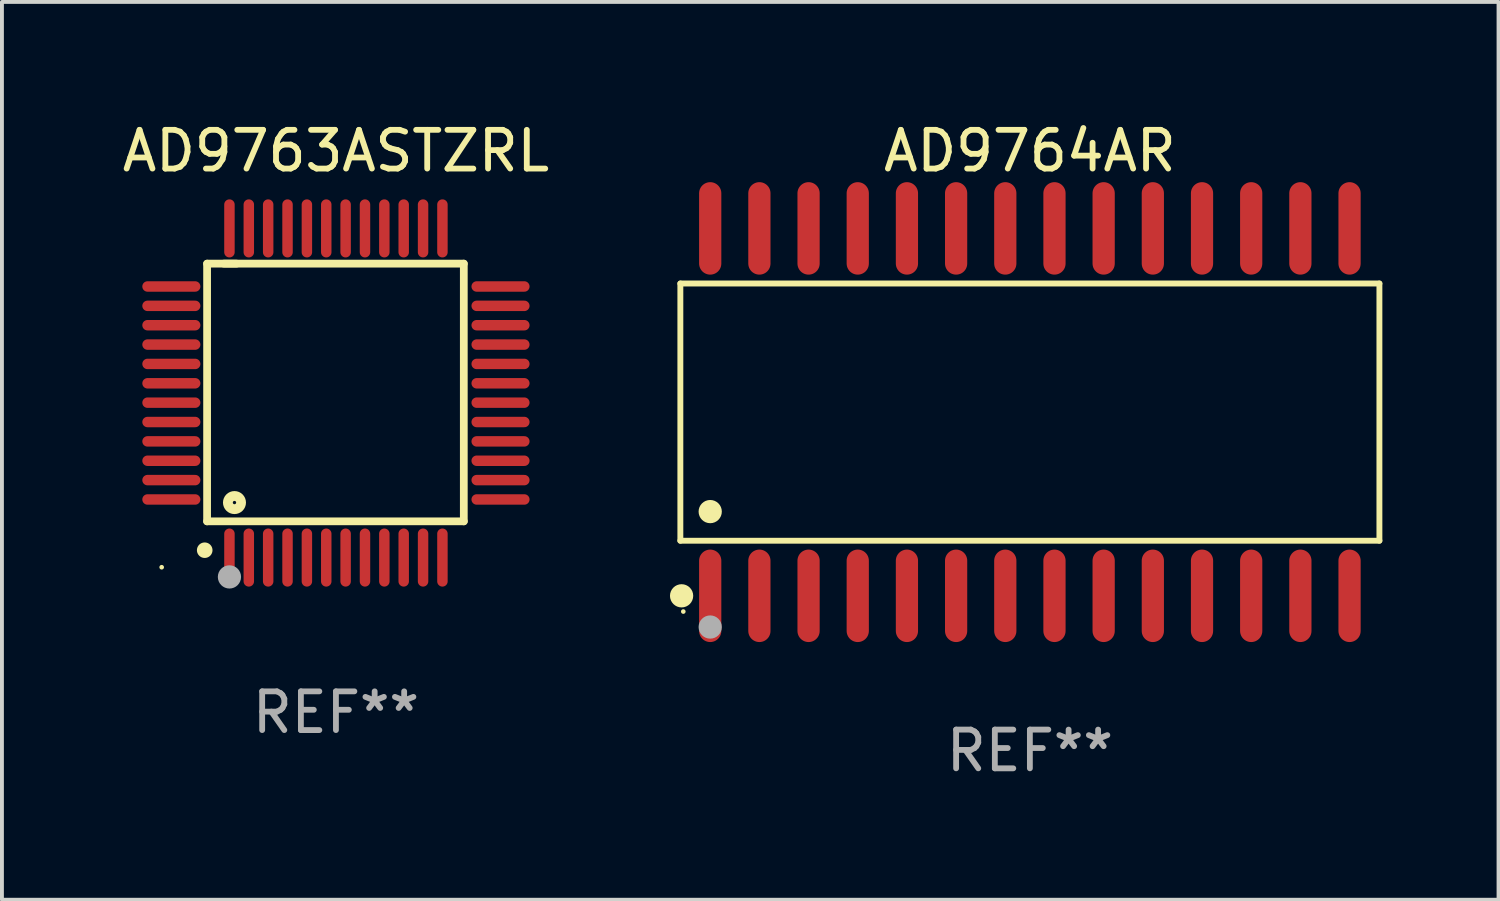
<source format=kicad_pcb>
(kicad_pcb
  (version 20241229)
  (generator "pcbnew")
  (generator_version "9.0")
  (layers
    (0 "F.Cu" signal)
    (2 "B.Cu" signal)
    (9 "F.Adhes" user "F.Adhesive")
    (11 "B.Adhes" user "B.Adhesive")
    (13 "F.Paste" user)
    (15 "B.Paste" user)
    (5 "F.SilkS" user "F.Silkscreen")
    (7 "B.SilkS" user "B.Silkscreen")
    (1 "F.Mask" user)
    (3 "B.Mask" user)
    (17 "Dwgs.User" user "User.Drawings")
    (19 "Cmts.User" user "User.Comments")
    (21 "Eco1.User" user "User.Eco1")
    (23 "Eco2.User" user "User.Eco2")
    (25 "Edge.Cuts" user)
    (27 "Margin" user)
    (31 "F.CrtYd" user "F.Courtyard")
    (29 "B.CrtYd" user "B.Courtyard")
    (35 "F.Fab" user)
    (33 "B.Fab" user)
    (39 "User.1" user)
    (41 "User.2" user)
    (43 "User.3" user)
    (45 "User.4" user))
  (footprint "AD9764AR"
    (layer "F.Cu")
    (at 23.545 7.592)
    (property "Reference" "AD9764AR" (at 0 -6.744 0) (layer "F.SilkS") (effects (font (size 1 1) (thickness 0.15))))
    (attr through_hole)
    (fp_line (start -9.026 -3.321) (end 9.026 -3.321) (stroke (width 0.152) (type solid)) (layer "F.SilkS"))
    (fp_line (start -9.026 3.321) (end -9.026 -3.321) (stroke (width 0.152) (type solid)) (layer "F.SilkS"))
    (fp_line (start 9.026 -3.321) (end 9.026 3.321) (stroke (width 0.152) (type solid)) (layer "F.SilkS"))
    (fp_line (start 9.026 3.321) (end -9.026 3.321) (stroke (width 0.152) (type solid)) (layer "F.SilkS"))
    (fp_circle (center -8.994 4.744) (end -8.844 4.744) (stroke (width 0.3) (type solid)) (fill no) (layer "F.SilkS"))
    (fp_circle (center -8.95 5.15) (end -8.92 5.15) (stroke (width 0.06) (type solid)) (fill no) (layer "F.SilkS"))
    (fp_circle (center -8.255 2.569) (end -8.105 2.569) (stroke (width 0.3) (type solid)) (fill no) (layer "F.SilkS"))
    (fp_circle (center -8.255 5.55) (end -8.105 5.55) (stroke (width 0.3) (type solid)) (fill no) (layer "F.Fab"))
    (fp_text user "REF**" (at 0 8.744 0) (layer "F.Fab") (effects (font (size 1 1) (thickness 0.15))))
    (pad "1" smd oval (at -8.255 4.744) (size 0.574 2.388) (layers "F.Cu" "F.Mask" "F.Paste"))
    (pad "2" smd oval (at -6.985 4.744) (size 0.574 2.388) (layers "F.Cu" "F.Mask" "F.Paste"))
    (pad "3" smd oval (at -5.715 4.744) (size 0.574 2.388) (layers "F.Cu" "F.Mask" "F.Paste"))
    (pad "4" smd oval (at -4.445 4.744) (size 0.574 2.388) (layers "F.Cu" "F.Mask" "F.Paste"))
    (pad "5" smd oval (at -3.175 4.744) (size 0.574 2.388) (layers "F.Cu" "F.Mask" "F.Paste"))
    (pad "6" smd oval (at -1.905 4.744) (size 0.574 2.388) (layers "F.Cu" "F.Mask" "F.Paste"))
    (pad "7" smd oval (at -0.635 4.744) (size 0.574 2.388) (layers "F.Cu" "F.Mask" "F.Paste"))
    (pad "8" smd oval (at 0.635 4.744) (size 0.574 2.388) (layers "F.Cu" "F.Mask" "F.Paste"))
    (pad "9" smd oval (at 1.905 4.744) (size 0.574 2.388) (layers "F.Cu" "F.Mask" "F.Paste"))
    (pad "10" smd oval (at 3.175 4.744) (size 0.574 2.388) (layers "F.Cu" "F.Mask" "F.Paste"))
    (pad "11" smd oval (at 4.445 4.744) (size 0.574 2.388) (layers "F.Cu" "F.Mask" "F.Paste"))
    (pad "12" smd oval (at 5.715 4.744) (size 0.574 2.388) (layers "F.Cu" "F.Mask" "F.Paste"))
    (pad "13" smd oval (at 6.985 4.744) (size 0.574 2.388) (layers "F.Cu" "F.Mask" "F.Paste"))
    (pad "14" smd oval (at 8.255 4.744) (size 0.574 2.388) (layers "F.Cu" "F.Mask" "F.Paste"))
    (pad "15" smd oval (at 8.255 -4.744) (size 0.574 2.388) (layers "F.Cu" "F.Mask" "F.Paste"))
    (pad "16" smd oval (at 6.985 -4.744) (size 0.574 2.388) (layers "F.Cu" "F.Mask" "F.Paste"))
    (pad "17" smd oval (at 5.715 -4.744) (size 0.574 2.388) (layers "F.Cu" "F.Mask" "F.Paste"))
    (pad "18" smd oval (at 4.445 -4.744) (size 0.574 2.388) (layers "F.Cu" "F.Mask" "F.Paste"))
    (pad "19" smd oval (at 3.175 -4.744) (size 0.574 2.388) (layers "F.Cu" "F.Mask" "F.Paste"))
    (pad "20" smd oval (at 1.905 -4.744) (size 0.574 2.388) (layers "F.Cu" "F.Mask" "F.Paste"))
    (pad "21" smd oval (at 0.635 -4.744) (size 0.574 2.388) (layers "F.Cu" "F.Mask" "F.Paste"))
    (pad "22" smd oval (at -0.635 -4.744) (size 0.574 2.388) (layers "F.Cu" "F.Mask" "F.Paste"))
    (pad "23" smd oval (at -1.905 -4.744) (size 0.574 2.388) (layers "F.Cu" "F.Mask" "F.Paste"))
    (pad "24" smd oval (at -3.175 -4.744) (size 0.574 2.388) (layers "F.Cu" "F.Mask" "F.Paste"))
    (pad "25" smd oval (at -4.445 -4.744) (size 0.574 2.388) (layers "F.Cu" "F.Mask" "F.Paste"))
    (pad "26" smd oval (at -5.715 -4.744) (size 0.574 2.388) (layers "F.Cu" "F.Mask" "F.Paste"))
    (pad "27" smd oval (at -6.985 -4.744) (size 0.574 2.388) (layers "F.Cu" "F.Mask" "F.Paste"))
    (pad "28" smd oval (at -8.255 -4.744) (size 0.574 2.388) (layers "F.Cu" "F.Mask" "F.Paste")))
  (footprint "AD9763ASTZRL"
    (layer "F.Cu")
    (at 5.625 7.098)
    (property "Reference" "AD9763ASTZRL" (at 0 -6.25 0) (layer "F.SilkS") (effects (font (size 1 1) (thickness 0.15))))
    (attr through_hole)
    (fp_line (start -3.327 -3.34) (end -2.565 -3.34) (stroke (width 0.2) (type solid)) (layer "F.SilkS"))
    (fp_line (start -3.327 3.315) (end -3.327 -3.34) (stroke (width 0.2) (type solid)) (layer "F.SilkS"))
    (fp_line (start -2.896 -3.34) (end 3.302 -3.34) (stroke (width 0.2) (type solid)) (layer "F.SilkS"))
    (fp_line (start 3.302 -3.34) (end 3.302 3.315) (stroke (width 0.2) (type solid)) (layer "F.SilkS"))
    (fp_line (start 3.302 3.315) (end -3.327 3.315) (stroke (width 0.2) (type solid)) (layer "F.SilkS"))
    (fp_arc (start -3.389992 4.059995) (mid -3.388722 4.059991) (end -3.387452 4.059995) (stroke (width 0.4) (type solid)) (layer "F.SilkS"))
    (fp_circle (center -4.5 4.5) (end -4.47 4.5) (stroke (width 0.06) (type solid)) (fill no) (layer "F.SilkS"))
    (fp_circle (center -2.62 2.83) (end -2.45 2.83) (stroke (width 0.254) (type solid)) (fill no) (layer "F.SilkS"))
    (fp_circle (center -2.75 4.75) (end -2.6 4.75) (stroke (width 0.3) (type solid)) (fill no) (layer "F.Fab"))
    (fp_text user "REF**" (at 0 8.25 0) (layer "F.Fab") (effects (font (size 1 1) (thickness 0.15))))
    (pad "1" smd oval (at -2.75 4.25) (size 0.27 1.5) (layers "F.Cu" "F.Mask" "F.Paste"))
    (pad "2" smd oval (at -2.25 4.25) (size 0.27 1.5) (layers "F.Cu" "F.Mask" "F.Paste"))
    (pad "3" smd oval (at -1.75 4.25) (size 0.27 1.5) (layers "F.Cu" "F.Mask" "F.Paste"))
    (pad "4" smd oval (at -1.25 4.25) (size 0.27 1.5) (layers "F.Cu" "F.Mask" "F.Paste"))
    (pad "5" smd oval (at -0.75 4.25) (size 0.27 1.5) (layers "F.Cu" "F.Mask" "F.Paste"))
    (pad "6" smd oval (at -0.25 4.25) (size 0.27 1.5) (layers "F.Cu" "F.Mask" "F.Paste"))
    (pad "7" smd oval (at 0.25 4.25) (size 0.27 1.5) (layers "F.Cu" "F.Mask" "F.Paste"))
    (pad "8" smd oval (at 0.75 4.25) (size 0.27 1.5) (layers "F.Cu" "F.Mask" "F.Paste"))
    (pad "9" smd oval (at 1.25 4.25) (size 0.27 1.5) (layers "F.Cu" "F.Mask" "F.Paste"))
    (pad "10" smd oval (at 1.75 4.25) (size 0.27 1.5) (layers "F.Cu" "F.Mask" "F.Paste"))
    (pad "11" smd oval (at 2.25 4.25) (size 0.27 1.5) (layers "F.Cu" "F.Mask" "F.Paste"))
    (pad "12" smd oval (at 2.75 4.25) (size 0.27 1.5) (layers "F.Cu" "F.Mask" "F.Paste"))
    (pad "13" smd oval (at 4.25 2.75) (size 1.5 0.27) (layers "F.Cu" "F.Mask" "F.Paste"))
    (pad "14" smd oval (at 4.25 2.25) (size 1.5 0.27) (layers "F.Cu" "F.Mask" "F.Paste"))
    (pad "15" smd oval (at 4.25 1.75) (size 1.5 0.27) (layers "F.Cu" "F.Mask" "F.Paste"))
    (pad "16" smd oval (at 4.25 1.25) (size 1.5 0.27) (layers "F.Cu" "F.Mask" "F.Paste"))
    (pad "17" smd oval (at 4.25 0.75) (size 1.5 0.27) (layers "F.Cu" "F.Mask" "F.Paste"))
    (pad "18" smd oval (at 4.25 0.25) (size 1.5 0.27) (layers "F.Cu" "F.Mask" "F.Paste"))
    (pad "19" smd oval (at 4.25 -0.25) (size 1.5 0.27) (layers "F.Cu" "F.Mask" "F.Paste"))
    (pad "20" smd oval (at 4.25 -0.75) (size 1.5 0.27) (layers "F.Cu" "F.Mask" "F.Paste"))
    (pad "21" smd oval (at 4.25 -1.25) (size 1.5 0.27) (layers "F.Cu" "F.Mask" "F.Paste"))
    (pad "22" smd oval (at 4.25 -1.75) (size 1.5 0.27) (layers "F.Cu" "F.Mask" "F.Paste"))
    (pad "23" smd oval (at 4.25 -2.25) (size 1.5 0.27) (layers "F.Cu" "F.Mask" "F.Paste"))
    (pad "24" smd oval (at 4.25 -2.75) (size 1.5 0.27) (layers "F.Cu" "F.Mask" "F.Paste"))
    (pad "25" smd oval (at 2.75 -4.25) (size 0.27 1.5) (layers "F.Cu" "F.Mask" "F.Paste"))
    (pad "26" smd oval (at 2.25 -4.25) (size 0.27 1.5) (layers "F.Cu" "F.Mask" "F.Paste"))
    (pad "27" smd oval (at 1.75 -4.25) (size 0.27 1.5) (layers "F.Cu" "F.Mask" "F.Paste"))
    (pad "28" smd oval (at 1.25 -4.25) (size 0.27 1.5) (layers "F.Cu" "F.Mask" "F.Paste"))
    (pad "29" smd oval (at 0.75 -4.25) (size 0.27 1.5) (layers "F.Cu" "F.Mask" "F.Paste"))
    (pad "30" smd oval (at 0.25 -4.25) (size 0.27 1.5) (layers "F.Cu" "F.Mask" "F.Paste"))
    (pad "31" smd oval (at -0.25 -4.25) (size 0.27 1.5) (layers "F.Cu" "F.Mask" "F.Paste"))
    (pad "32" smd oval (at -0.75 -4.25) (size 0.27 1.5) (layers "F.Cu" "F.Mask" "F.Paste"))
    (pad "33" smd oval (at -1.25 -4.25) (size 0.27 1.5) (layers "F.Cu" "F.Mask" "F.Paste"))
    (pad "34" smd oval (at -1.75 -4.25) (size 0.27 1.5) (layers "F.Cu" "F.Mask" "F.Paste"))
    (pad "35" smd oval (at -2.25 -4.25) (size 0.27 1.5) (layers "F.Cu" "F.Mask" "F.Paste"))
    (pad "36" smd oval (at -2.75 -4.25) (size 0.27 1.5) (layers "F.Cu" "F.Mask" "F.Paste"))
    (pad "37" smd oval (at -4.25 -2.75) (size 1.5 0.27) (layers "F.Cu" "F.Mask" "F.Paste"))
    (pad "38" smd oval (at -4.25 -2.25) (size 1.5 0.27) (layers "F.Cu" "F.Mask" "F.Paste"))
    (pad "39" smd oval (at -4.25 -1.75) (size 1.5 0.27) (layers "F.Cu" "F.Mask" "F.Paste"))
    (pad "40" smd oval (at -4.25 -1.25) (size 1.5 0.27) (layers "F.Cu" "F.Mask" "F.Paste"))
    (pad "41" smd oval (at -4.25 -0.75) (size 1.5 0.27) (layers "F.Cu" "F.Mask" "F.Paste"))
    (pad "42" smd oval (at -4.25 -0.25) (size 1.5 0.27) (layers "F.Cu" "F.Mask" "F.Paste"))
    (pad "43" smd oval (at -4.25 0.25) (size 1.5 0.27) (layers "F.Cu" "F.Mask" "F.Paste"))
    (pad "44" smd oval (at -4.25 0.75) (size 1.5 0.27) (layers "F.Cu" "F.Mask" "F.Paste"))
    (pad "45" smd oval (at -4.25 1.25) (size 1.5 0.27) (layers "F.Cu" "F.Mask" "F.Paste"))
    (pad "46" smd oval (at -4.25 1.75) (size 1.5 0.27) (layers "F.Cu" "F.Mask" "F.Paste"))
    (pad "47" smd oval (at -4.25 2.25) (size 1.5 0.27) (layers "F.Cu" "F.Mask" "F.Paste"))
    (pad "48" smd oval (at -4.25 2.75) (size 1.5 0.27) (layers "F.Cu" "F.Mask" "F.Paste")))
  (gr_rect
    (start -3 -3)
    (end 35.647 20.184)
    (stroke (width 0.1) (type default))
    (fill no)
    (layer "Edge.Cuts")))
</source>
